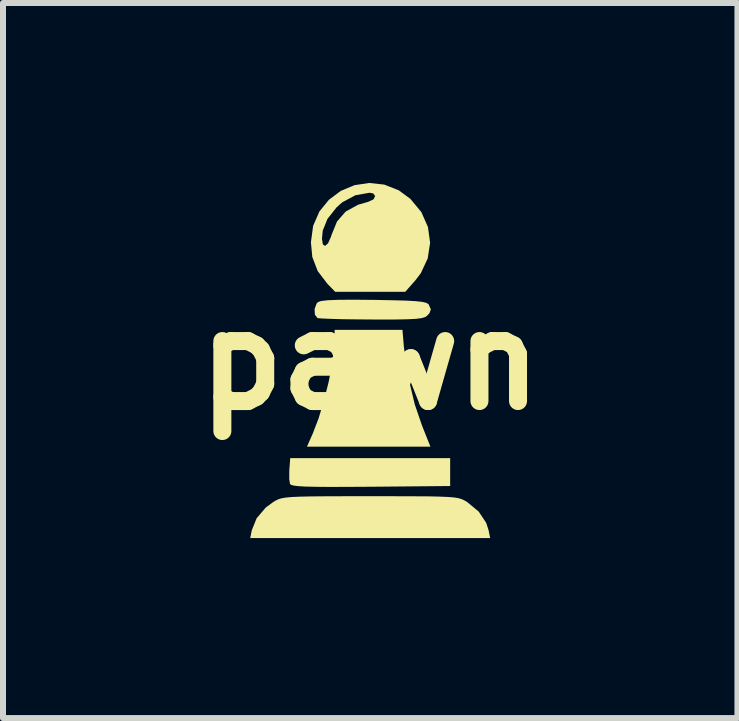
<source format=kicad_pcb>
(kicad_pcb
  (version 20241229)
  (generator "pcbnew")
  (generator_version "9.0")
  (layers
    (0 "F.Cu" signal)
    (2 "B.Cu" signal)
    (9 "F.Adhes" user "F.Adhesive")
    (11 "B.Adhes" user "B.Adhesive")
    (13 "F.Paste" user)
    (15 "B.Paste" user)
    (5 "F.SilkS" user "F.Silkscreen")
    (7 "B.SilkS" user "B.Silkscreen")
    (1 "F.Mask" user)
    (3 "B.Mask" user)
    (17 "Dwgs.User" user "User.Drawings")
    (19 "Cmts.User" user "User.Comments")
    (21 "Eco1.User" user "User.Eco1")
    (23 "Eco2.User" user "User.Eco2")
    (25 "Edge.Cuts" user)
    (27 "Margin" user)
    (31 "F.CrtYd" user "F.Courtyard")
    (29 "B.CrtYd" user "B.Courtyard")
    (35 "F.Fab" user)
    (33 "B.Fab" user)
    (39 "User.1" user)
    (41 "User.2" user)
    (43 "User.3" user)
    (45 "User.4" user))
  (footprint "pawn"
    (layer "F.Cu")
    (at 3.121 2.957)
    (property "Reference" "pawn" (at 0 0 0) (layer "F.SilkS") (effects (font (size 1.5 1.5) (thickness 0.3))))
    (attr board_only exclude_from_pos_files exclude_from_bom)
    (fp_poly (pts (xy 0.562 -0.222) (xy 0.629 0.261) (xy 0.744 0.737) (xy 0.865 1.09) (xy 1.004 1.439) (xy -0.025 1.439) (xy -1.054 1.439) (xy -0.956 1.217) (xy -0.86 0.967) (xy -0.771 0.673) (xy -0.693 0.362) (xy -0.634 0.059) (xy -0.599 -0.208) (xy -0.593 -0.349) (xy -0.593 -0.508) (xy -0.027 -0.508) (xy 0.538 -0.508)) (stroke (width 0) (type solid)) (fill yes) (layer "F.SilkS"))
    (fp_poly (pts (xy 1.333 1.863) (xy 1.333 2.095) (xy 0.009 2.107) (xy -0.369 2.109) (xy -0.671 2.11) (xy -0.905 2.108) (xy -1.079 2.104) (xy -1.2 2.097) (xy -1.279 2.087) (xy -1.322 2.074) (xy -1.337 2.059) (xy -1.349 1.981) (xy -1.349 1.86) (xy -1.347 1.815) (xy -1.333 1.63) (xy 0 1.63) (xy 1.333 1.63)) (stroke (width 0) (type solid)) (fill yes) (layer "F.SilkS"))
    (fp_poly (pts (xy 0.39 2.265) (xy 0.705 2.266) (xy 0.953 2.267) (xy 1.144 2.271) (xy 1.288 2.277) (xy 1.393 2.285) (xy 1.469 2.297) (xy 1.524 2.313) (xy 1.569 2.334) (xy 1.613 2.359) (xy 1.618 2.363) (xy 1.808 2.52) (xy 1.934 2.709) (xy 1.974 2.833) (xy 2 2.963) (xy 0 2.963) (xy -2 2.963) (xy -1.974 2.833) (xy -1.893 2.632) (xy -1.74 2.453) (xy -1.618 2.363) (xy -1.575 2.337) (xy -1.531 2.316) (xy -1.477 2.299) (xy -1.404 2.287) (xy -1.303 2.278) (xy -1.165 2.272) (xy -0.98 2.268) (xy -0.739 2.266) (xy -0.434 2.265) (xy -0.054 2.265) (xy 0 2.265)) (stroke (width 0) (type solid)) (fill yes) (layer "F.SilkS"))
    (fp_poly (pts (xy 0.038 -1.008) (xy 0.062 -1.008) (xy 0.364 -1.002) (xy 0.592 -0.996) (xy 0.756 -0.987) (xy 0.867 -0.975) (xy 0.934 -0.959) (xy 0.969 -0.939) (xy 0.975 -0.931) (xy 1.011 -0.851) (xy 0.989 -0.787) (xy 0.949 -0.744) (xy 0.915 -0.721) (xy 0.857 -0.704) (xy 0.764 -0.692) (xy 0.625 -0.685) (xy 0.429 -0.681) (xy 0.164 -0.68) (xy 0.029 -0.681) (xy -0.234 -0.683) (xy -0.469 -0.686) (xy -0.664 -0.692) (xy -0.803 -0.698) (xy -0.874 -0.704) (xy -0.878 -0.705) (xy -0.922 -0.762) (xy -0.927 -0.854) (xy -0.895 -0.944) (xy -0.871 -0.971) (xy -0.819 -0.989) (xy -0.708 -1.002) (xy -0.532 -1.009) (xy -0.286 -1.011)) (stroke (width 0) (type solid)) (fill yes) (layer "F.SilkS"))
    (fp_poly (pts (xy 0.234 -2.93) (xy 0.477 -2.834) (xy 0.67 -2.692) (xy 0.853 -2.471) (xy 0.963 -2.222) (xy 0.999 -1.96) (xy 0.959 -1.699) (xy 0.844 -1.453) (xy 0.755 -1.336) (xy 0.585 -1.143) (xy 0.001 -1.143) (xy -0.583 -1.143) (xy -0.713 -1.276) (xy -0.875 -1.488) (xy -0.965 -1.723) (xy -0.988 -1.968) (xy -0.98 -2.029) (xy -0.804 -2.029) (xy -0.789 -1.932) (xy -0.751 -1.908) (xy -0.702 -1.952) (xy -0.654 -2.059) (xy -0.645 -2.09) (xy -0.553 -2.315) (xy -0.408 -2.481) (xy -0.202 -2.594) (xy -0.032 -2.643) (xy 0.054 -2.683) (xy 0.083 -2.738) (xy 0.052 -2.782) (xy -0.011 -2.794) (xy -0.247 -2.752) (xy -0.465 -2.635) (xy -0.56 -2.551) (xy -0.713 -2.357) (xy -0.791 -2.162) (xy -0.804 -2.029) (xy -0.98 -2.029) (xy -0.951 -2.243) (xy -0.847 -2.481) (xy -0.689 -2.676) (xy -0.49 -2.825) (xy -0.262 -2.92) (xy -0.016 -2.957)) (stroke (width 0) (type solid)) (fill yes) (layer "F.SilkS")))
  (gr_rect
    (start -3 -3)
    (end 9.243 8.92)
    (stroke (width 0.1) (type default))
    (fill no)
    (layer "Edge.Cuts")))
</source>
